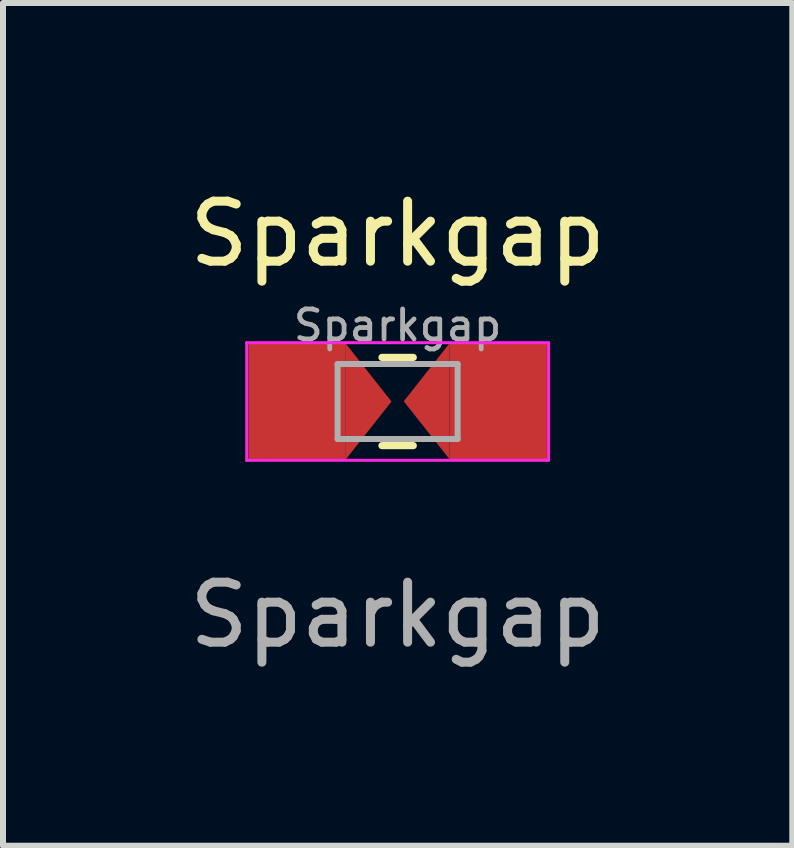
<source format=kicad_pcb>
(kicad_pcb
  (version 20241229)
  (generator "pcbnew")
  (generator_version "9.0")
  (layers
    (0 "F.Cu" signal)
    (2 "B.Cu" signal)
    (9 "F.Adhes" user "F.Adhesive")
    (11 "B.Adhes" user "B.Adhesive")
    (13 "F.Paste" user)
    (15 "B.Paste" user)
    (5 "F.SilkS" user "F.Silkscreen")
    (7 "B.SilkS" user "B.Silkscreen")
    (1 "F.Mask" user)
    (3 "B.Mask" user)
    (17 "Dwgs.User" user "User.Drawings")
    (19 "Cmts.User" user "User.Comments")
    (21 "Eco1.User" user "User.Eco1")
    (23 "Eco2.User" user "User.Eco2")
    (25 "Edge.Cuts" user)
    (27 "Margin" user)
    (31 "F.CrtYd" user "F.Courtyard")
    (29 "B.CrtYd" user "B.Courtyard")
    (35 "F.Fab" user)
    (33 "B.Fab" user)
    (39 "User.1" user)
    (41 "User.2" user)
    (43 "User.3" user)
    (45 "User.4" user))
  (footprint "Sparkgap"
    (layer "F.Cu")
    (at 3.577 3.642)
    (property "Reference" "Sparkgap" (at 0 -2.794 0) (unlocked yes) (layer "F.SilkS") (effects (font (size 1 1) (thickness 0.15))))
    (attr smd)
    (fp_line (start -0.261 -0.735) (end 0.261 -0.735) (stroke (width 0.12) (type solid)) (layer "F.SilkS"))
    (fp_line (start -0.261 0.735) (end 0.261 0.735) (stroke (width 0.12) (type solid)) (layer "F.SilkS"))
    (fp_line (start -2.515 -0.98) (end 2.515 -0.98) (stroke (width 0.05) (type solid)) (layer "F.CrtYd"))
    (fp_line (start -2.515 0.98) (end -2.515 -0.98) (stroke (width 0.05) (type solid)) (layer "F.CrtYd"))
    (fp_line (start 2.515 -0.98) (end 2.515 0.98) (stroke (width 0.05) (type solid)) (layer "F.CrtYd"))
    (fp_line (start 2.515 0.98) (end -2.515 0.98) (stroke (width 0.05) (type solid)) (layer "F.CrtYd"))
    (fp_line (start -1 -0.625) (end 1 -0.625) (stroke (width 0.1) (type solid)) (layer "F.Fab"))
    (fp_line (start -1 0.625) (end -1 -0.625) (stroke (width 0.1) (type solid)) (layer "F.Fab"))
    (fp_line (start 1 -0.625) (end 1 0.625) (stroke (width 0.1) (type solid)) (layer "F.Fab"))
    (fp_line (start 1 0.625) (end -1 0.625) (stroke (width 0.1) (type solid)) (layer "F.Fab"))
    (fp_text user "${REFERENCE}" (at 0 3.556 0) (unlocked yes) (layer "F.Fab") (effects (font (size 1 1) (thickness 0.15))))
    (fp_text user "${REFERENCE}" (at 0 -1.27 0) (layer "F.Fab") (effects (font (size 0.5 0.5) (thickness 0.08))))
    (pad "1" smd rect (at -1.675 -0.004) (size 1.623 1.922) (layers "F.Cu" "F.Mask" "F.Paste"))
    (pad "1" smd trapezoid (at -0.483 0) (size 0.762 0.965) (rect_delta 0.965 0) (layers "F.Cu" "F.Mask" "F.Paste"))
    (pad "2" smd trapezoid (at 0.483 -0.004 180) (size 0.762 0.965) (rect_delta 0.965 0) (layers "F.Cu" "F.Mask" "F.Paste"))
    (pad "2" smd rect (at 1.676 0.000004 180) (size 1.624 1.922) (layers "F.Cu" "F.Mask" "F.Paste")))
  (gr_rect
    (start -3 -3)
    (end 10.155 11.046)
    (stroke (width 0.1) (type default))
    (fill no)
    (layer "Edge.Cuts")))
</source>
